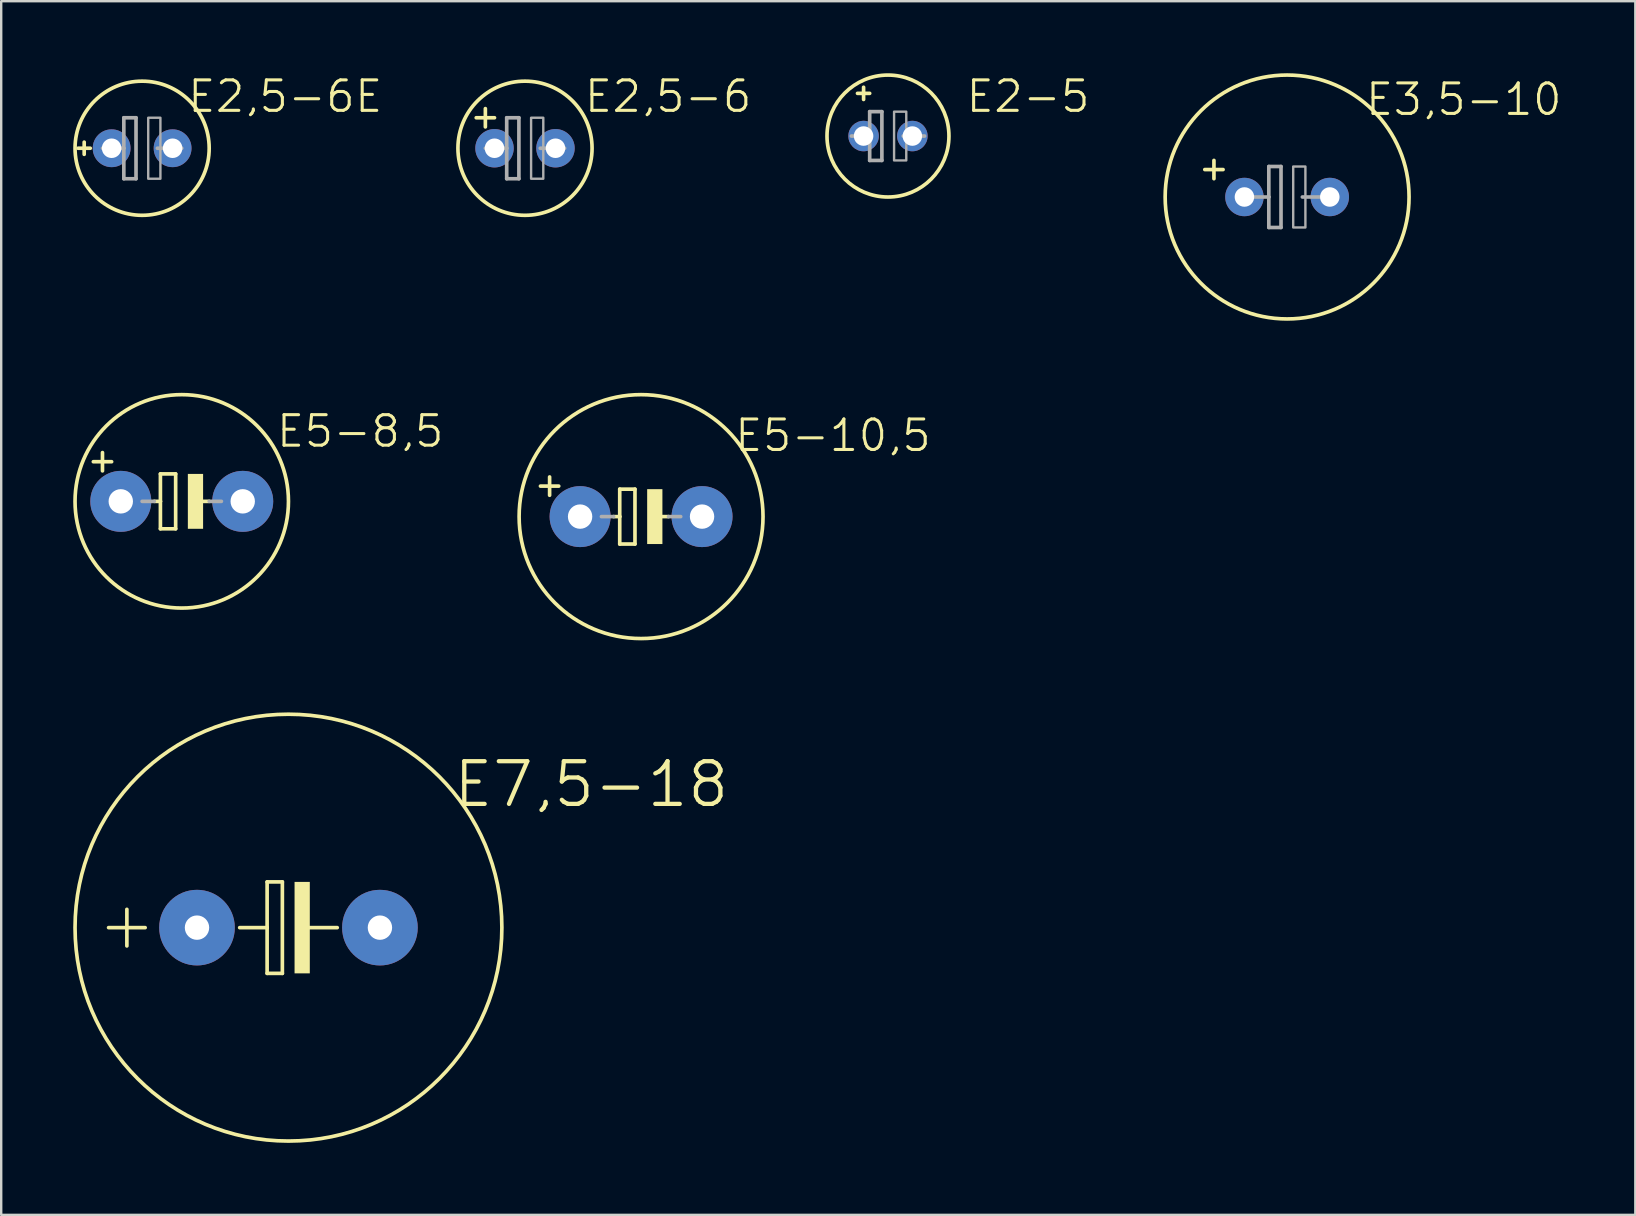
<source format=kicad_pcb>
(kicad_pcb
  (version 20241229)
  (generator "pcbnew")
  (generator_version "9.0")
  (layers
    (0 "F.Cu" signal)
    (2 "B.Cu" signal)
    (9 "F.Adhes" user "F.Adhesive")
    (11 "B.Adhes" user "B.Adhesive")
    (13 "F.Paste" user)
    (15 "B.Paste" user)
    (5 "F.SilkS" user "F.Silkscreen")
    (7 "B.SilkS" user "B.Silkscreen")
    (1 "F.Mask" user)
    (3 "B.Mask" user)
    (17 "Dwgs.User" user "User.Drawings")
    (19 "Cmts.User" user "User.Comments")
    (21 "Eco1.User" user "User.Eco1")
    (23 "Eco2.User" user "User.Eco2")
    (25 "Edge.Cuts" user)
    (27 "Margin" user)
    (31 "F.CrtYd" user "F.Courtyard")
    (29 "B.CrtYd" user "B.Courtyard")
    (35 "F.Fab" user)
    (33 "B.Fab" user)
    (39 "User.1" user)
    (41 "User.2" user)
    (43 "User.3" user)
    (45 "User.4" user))
  (footprint "E5-10,5"
    (layer "F.Cu")
    (at 23.654 18.469)
    (property "Reference" "E5-10,5" (at 7.995 -3.378 0) (layer "F.SilkS") (effects (font (size 1.27 1.27) (thickness 0.127))))
    (attr through_hole)
    (fp_line (start -3.81 -1.651) (end -3.81 -0.889) (stroke (width 0.152) (type solid)) (layer "F.SilkS"))
    (fp_line (start -3.429 -1.27) (end -4.191 -1.27) (stroke (width 0.152) (type solid)) (layer "F.SilkS"))
    (fp_line (start -1.143 0) (end -0.889 0) (stroke (width 0.152) (type solid)) (layer "F.SilkS"))
    (fp_line (start -0.889 -1.143) (end -0.889 0) (stroke (width 0.152) (type solid)) (layer "F.SilkS"))
    (fp_line (start -0.889 0) (end -0.889 1.143) (stroke (width 0.152) (type solid)) (layer "F.SilkS"))
    (fp_line (start -0.889 1.143) (end -0.254 1.143) (stroke (width 0.152) (type solid)) (layer "F.SilkS"))
    (fp_line (start -0.254 -1.143) (end -0.889 -1.143) (stroke (width 0.152) (type solid)) (layer "F.SilkS"))
    (fp_line (start -0.254 1.143) (end -0.254 -1.143) (stroke (width 0.152) (type solid)) (layer "F.SilkS"))
    (fp_line (start 0.635 0) (end 1.143 0) (stroke (width 0.152) (type solid)) (layer "F.SilkS"))
    (fp_circle (center 0 0) (end 5.08 0) (stroke (width 0.152) (type solid)) (fill no) (layer "F.SilkS"))
    (fp_poly (pts (xy 0.254 -1.143) (xy 0.889 -1.143) (xy 0.889 1.143) (xy 0.254 1.143)) (stroke (width 0) (type solid)) (fill yes) (layer "F.SilkS"))
    (fp_line (start -1.651 0) (end -1.143 0) (stroke (width 0.152) (type solid)) (layer "F.Fab"))
    (fp_line (start 1.143 0) (end 1.651 0) (stroke (width 0.152) (type solid)) (layer "F.Fab"))
    (pad "+" thru_hole circle (at -2.54 0) (size 2.54 2.54) (drill 1.016) (layers "*.Cu" "*.Mask"))
    (pad "-" thru_hole circle (at 2.54 0) (size 2.54 2.54) (drill 1.016) (layers "*.Cu" "*.Mask")))
  (footprint "E5-8,5"
    (layer "F.Cu")
    (at 4.521 17.834)
    (property "Reference" "E5-8,5" (at 7.436 -2.921 0) (layer "F.SilkS") (effects (font (size 1.27 1.27) (thickness 0.127))))
    (attr through_hole)
    (fp_line (start -3.683 -1.651) (end -2.921 -1.651) (stroke (width 0.152) (type solid)) (layer "F.SilkS"))
    (fp_line (start -3.302 -2.032) (end -3.302 -1.27) (stroke (width 0.152) (type solid)) (layer "F.SilkS"))
    (fp_line (start -1.143 0) (end -0.889 0) (stroke (width 0.152) (type solid)) (layer "F.SilkS"))
    (fp_line (start -0.889 -1.143) (end -0.889 0) (stroke (width 0.152) (type solid)) (layer "F.SilkS"))
    (fp_line (start -0.889 0) (end -0.889 1.143) (stroke (width 0.152) (type solid)) (layer "F.SilkS"))
    (fp_line (start -0.889 1.143) (end -0.254 1.143) (stroke (width 0.152) (type solid)) (layer "F.SilkS"))
    (fp_line (start -0.254 -1.143) (end -0.889 -1.143) (stroke (width 0.152) (type solid)) (layer "F.SilkS"))
    (fp_line (start -0.254 1.143) (end -0.254 -1.143) (stroke (width 0.152) (type solid)) (layer "F.SilkS"))
    (fp_line (start 0.635 0) (end 1.143 0) (stroke (width 0.152) (type solid)) (layer "F.SilkS"))
    (fp_circle (center 0 0) (end 4.445 0) (stroke (width 0.152) (type solid)) (fill no) (layer "F.SilkS"))
    (fp_poly (pts (xy 0.254 -1.143) (xy 0.889 -1.143) (xy 0.889 1.143) (xy 0.254 1.143)) (stroke (width 0) (type solid)) (fill yes) (layer "F.SilkS"))
    (fp_line (start -1.651 0) (end -1.143 0) (stroke (width 0.152) (type solid)) (layer "F.Fab"))
    (fp_line (start 1.143 0) (end 1.651 0) (stroke (width 0.152) (type solid)) (layer "F.Fab"))
    (pad "+" thru_hole circle (at -2.54 0) (size 2.54 2.54) (drill 1.016) (layers "*.Cu" "*.Mask"))
    (pad "-" thru_hole circle (at 2.54 0) (size 2.54 2.54) (drill 1.016) (layers "*.Cu" "*.Mask")))
  (footprint "E3,5-10"
    (layer "F.Cu")
    (at 50.565 5.156)
    (property "Reference" "E3,5-10" (at 7.36 -4.064 0) (layer "F.SilkS") (effects (font (size 1.27 1.27) (thickness 0.127))))
    (attr through_hole)
    (fp_line (start -3.429 -1.143) (end -2.667 -1.143) (stroke (width 0.152) (type solid)) (layer "F.SilkS"))
    (fp_line (start -3.048 -0.762) (end -3.048 -1.524) (stroke (width 0.152) (type solid)) (layer "F.SilkS"))
    (fp_circle (center 0 0) (end 5.08 0) (stroke (width 0.152) (type solid)) (fill no) (layer "F.SilkS"))
    (fp_line (start -1.651 0) (end -0.762 0) (stroke (width 0.152) (type solid)) (layer "F.Fab"))
    (fp_line (start -0.762 -1.27) (end -0.762 0) (stroke (width 0.152) (type solid)) (layer "F.Fab"))
    (fp_line (start -0.762 0) (end -0.762 1.27) (stroke (width 0.152) (type solid)) (layer "F.Fab"))
    (fp_line (start -0.762 1.27) (end -0.254 1.27) (stroke (width 0.152) (type solid)) (layer "F.Fab"))
    (fp_line (start -0.254 -1.27) (end -0.762 -1.27) (stroke (width 0.152) (type solid)) (layer "F.Fab"))
    (fp_line (start -0.254 1.27) (end -0.254 -1.27) (stroke (width 0.152) (type solid)) (layer "F.Fab"))
    (fp_line (start 0.635 0) (end 1.651 0) (stroke (width 0.152) (type solid)) (layer "F.Fab"))
    (fp_poly (pts (xy 0.254 -1.27) (xy 0.762 -1.27) (xy 0.762 1.27) (xy 0.254 1.27)) (stroke (width 0.1) (type solid)) (fill no) (layer "F.Fab"))
    (pad "+" thru_hole circle (at -1.778 0) (size 1.6 1.6) (drill 0.813) (layers "*.Cu" "*.Mask"))
    (pad "-" thru_hole circle (at 1.778 0) (size 1.6 1.6) (drill 0.813) (layers "*.Cu" "*.Mask")))
  (footprint "E7,5-18"
    (layer "F.Cu")
    (at 8.966 35.591)
    (property "Reference" "E7,5-18" (at 12.615 -5.969 0) (layer "F.SilkS") (effects (font (size 1.778 1.778) (thickness 0.178))))
    (attr through_hole)
    (fp_line (start -7.493 0) (end -5.969 0) (stroke (width 0.152) (type solid)) (layer "F.SilkS"))
    (fp_line (start -6.731 0.762) (end -6.731 -0.762) (stroke (width 0.152) (type solid)) (layer "F.SilkS"))
    (fp_line (start -0.889 -1.905) (end -0.889 0) (stroke (width 0.152) (type solid)) (layer "F.SilkS"))
    (fp_line (start -0.889 0) (end -2.032 0) (stroke (width 0.152) (type solid)) (layer "F.SilkS"))
    (fp_line (start -0.889 0) (end -0.889 1.905) (stroke (width 0.152) (type solid)) (layer "F.SilkS"))
    (fp_line (start -0.889 1.905) (end -0.254 1.905) (stroke (width 0.152) (type solid)) (layer "F.SilkS"))
    (fp_line (start -0.254 -1.905) (end -0.889 -1.905) (stroke (width 0.152) (type solid)) (layer "F.SilkS"))
    (fp_line (start -0.254 1.905) (end -0.254 -1.905) (stroke (width 0.152) (type solid)) (layer "F.SilkS"))
    (fp_line (start 0.635 0) (end 2.032 0) (stroke (width 0.152) (type solid)) (layer "F.SilkS"))
    (fp_circle (center 0 0) (end 8.89 0) (stroke (width 0.152) (type solid)) (fill no) (layer "F.SilkS"))
    (fp_poly (pts (xy 0.254 -1.905) (xy 0.889 -1.905) (xy 0.889 1.905) (xy 0.254 1.905)) (stroke (width 0) (type solid)) (fill yes) (layer "F.SilkS"))
    (pad "+" thru_hole circle (at -3.81 0) (size 3.15 3.15) (drill 1.016) (layers "*.Cu" "*.Mask"))
    (pad "-" thru_hole circle (at 3.81 0) (size 3.15 3.15) (drill 1.016) (layers "*.Cu" "*.Mask")))
  (footprint "E2-5"
    (layer "F.Cu")
    (at 33.939 2.617)
    (property "Reference" "E2-5" (at 5.836 -1.651 0) (layer "F.SilkS") (effects (font (size 1.27 1.27) (thickness 0.127))))
    (attr through_hole)
    (fp_line (start -1.27 -1.778) (end -0.762 -1.778) (stroke (width 0.152) (type solid)) (layer "F.SilkS"))
    (fp_line (start -1.016 -1.524) (end -1.016 -2.032) (stroke (width 0.152) (type solid)) (layer "F.SilkS"))
    (fp_circle (center 0 0) (end 2.54 0) (stroke (width 0.152) (type solid)) (fill no) (layer "F.SilkS"))
    (fp_line (start -1.524 0) (end -0.762 0) (stroke (width 0.152) (type solid)) (layer "F.Fab"))
    (fp_line (start -0.762 -1.016) (end -0.762 0) (stroke (width 0.152) (type solid)) (layer "F.Fab"))
    (fp_line (start -0.762 0) (end -0.762 1.016) (stroke (width 0.152) (type solid)) (layer "F.Fab"))
    (fp_line (start -0.762 1.016) (end -0.254 1.016) (stroke (width 0.152) (type solid)) (layer "F.Fab"))
    (fp_line (start -0.254 -1.016) (end -0.762 -1.016) (stroke (width 0.152) (type solid)) (layer "F.Fab"))
    (fp_line (start -0.254 1.016) (end -0.254 -1.016) (stroke (width 0.152) (type solid)) (layer "F.Fab"))
    (fp_line (start 0.635 0) (end 1.524 0) (stroke (width 0.152) (type solid)) (layer "F.Fab"))
    (fp_poly (pts (xy 0.254 -1.016) (xy 0.762 -1.016) (xy 0.762 1.016) (xy 0.254 1.016)) (stroke (width 0.1) (type solid)) (fill no) (layer "F.Fab"))
    (pad "+" thru_hole circle (at -1.016 0) (size 1.27 1.27) (drill 0.813) (layers "*.Cu" "*.Mask"))
    (pad "-" thru_hole circle (at 1.016 0) (size 1.27 1.27) (drill 0.813) (layers "*.Cu" "*.Mask")))
  (footprint "E2,5-6"
    (layer "F.Cu")
    (at 18.819 3.125)
    (property "Reference" "E2,5-6" (at 5.963 -2.159 0) (layer "F.SilkS") (effects (font (size 1.27 1.27) (thickness 0.127))))
    (attr through_hole)
    (fp_line (start -2.032 -1.27) (end -1.651 -1.27) (stroke (width 0.152) (type solid)) (layer "F.SilkS"))
    (fp_line (start -1.651 -1.27) (end -1.651 -1.651) (stroke (width 0.152) (type solid)) (layer "F.SilkS"))
    (fp_line (start -1.651 -1.27) (end -1.27 -1.27) (stroke (width 0.152) (type solid)) (layer "F.SilkS"))
    (fp_line (start -1.651 -0.889) (end -1.651 -1.27) (stroke (width 0.152) (type solid)) (layer "F.SilkS"))
    (fp_circle (center 0 0) (end 2.794 0) (stroke (width 0.152) (type solid)) (fill no) (layer "F.SilkS"))
    (fp_line (start -1.651 0) (end -0.762 0) (stroke (width 0.152) (type solid)) (layer "F.Fab"))
    (fp_line (start -0.762 -1.27) (end -0.762 0) (stroke (width 0.152) (type solid)) (layer "F.Fab"))
    (fp_line (start -0.762 0) (end -0.762 1.27) (stroke (width 0.152) (type solid)) (layer "F.Fab"))
    (fp_line (start -0.762 1.27) (end -0.254 1.27) (stroke (width 0.152) (type solid)) (layer "F.Fab"))
    (fp_line (start -0.254 -1.27) (end -0.762 -1.27) (stroke (width 0.152) (type solid)) (layer "F.Fab"))
    (fp_line (start -0.254 1.27) (end -0.254 -1.27) (stroke (width 0.152) (type solid)) (layer "F.Fab"))
    (fp_line (start 0.635 0) (end 1.651 0) (stroke (width 0.152) (type solid)) (layer "F.Fab"))
    (fp_poly (pts (xy 0.254 -1.27) (xy 0.762 -1.27) (xy 0.762 1.27) (xy 0.254 1.27)) (stroke (width 0.1) (type solid)) (fill no) (layer "F.Fab"))
    (pad "+" thru_hole circle (at -1.27 0) (size 1.6 1.6) (drill 0.813) (layers "*.Cu" "*.Mask"))
    (pad "-" thru_hole circle (at 1.27 0) (size 1.6 1.6) (drill 0.813) (layers "*.Cu" "*.Mask")))
  (footprint "E2,5-6E"
    (layer "F.Cu")
    (at 2.87 3.125)
    (property "Reference" "E2,5-6E" (at 5.963 -2.159 0) (layer "F.SilkS") (effects (font (size 1.27 1.27) (thickness 0.127))))
    (attr through_hole)
    (fp_line (start -2.413 0.254) (end -2.413 -0.254) (stroke (width 0.152) (type solid)) (layer "F.SilkS"))
    (fp_line (start -2.159 0) (end -2.667 0) (stroke (width 0.152) (type solid)) (layer "F.SilkS"))
    (fp_circle (center 0 0) (end 2.794 0) (stroke (width 0.152) (type solid)) (fill no) (layer "F.SilkS"))
    (fp_line (start -1.651 0) (end -0.762 0) (stroke (width 0.152) (type solid)) (layer "F.Fab"))
    (fp_line (start -0.762 -1.27) (end -0.762 0) (stroke (width 0.152) (type solid)) (layer "F.Fab"))
    (fp_line (start -0.762 0) (end -0.762 1.27) (stroke (width 0.152) (type solid)) (layer "F.Fab"))
    (fp_line (start -0.762 1.27) (end -0.254 1.27) (stroke (width 0.152) (type solid)) (layer "F.Fab"))
    (fp_line (start -0.254 -1.27) (end -0.762 -1.27) (stroke (width 0.152) (type solid)) (layer "F.Fab"))
    (fp_line (start -0.254 1.27) (end -0.254 -1.27) (stroke (width 0.152) (type solid)) (layer "F.Fab"))
    (fp_line (start 0.635 0) (end 1.651 0) (stroke (width 0.152) (type solid)) (layer "F.Fab"))
    (fp_poly (pts (xy 0.254 -1.27) (xy 0.762 -1.27) (xy 0.762 1.27) (xy 0.254 1.27)) (stroke (width 0.1) (type solid)) (fill no) (layer "F.Fab"))
    (pad "+" thru_hole circle (at -1.27 0) (size 1.575 1.575) (drill 0.813) (layers "*.Cu" "*.Mask"))
    (pad "-" thru_hole circle (at 1.27 0) (size 1.575 1.575) (drill 0.813) (layers "*.Cu" "*.Mask")))
  (gr_rect
    (start -3 -3)
    (end 65.07 47.557)
    (stroke (width 0.1) (type default))
    (fill no)
    (layer "Edge.Cuts")))
</source>
